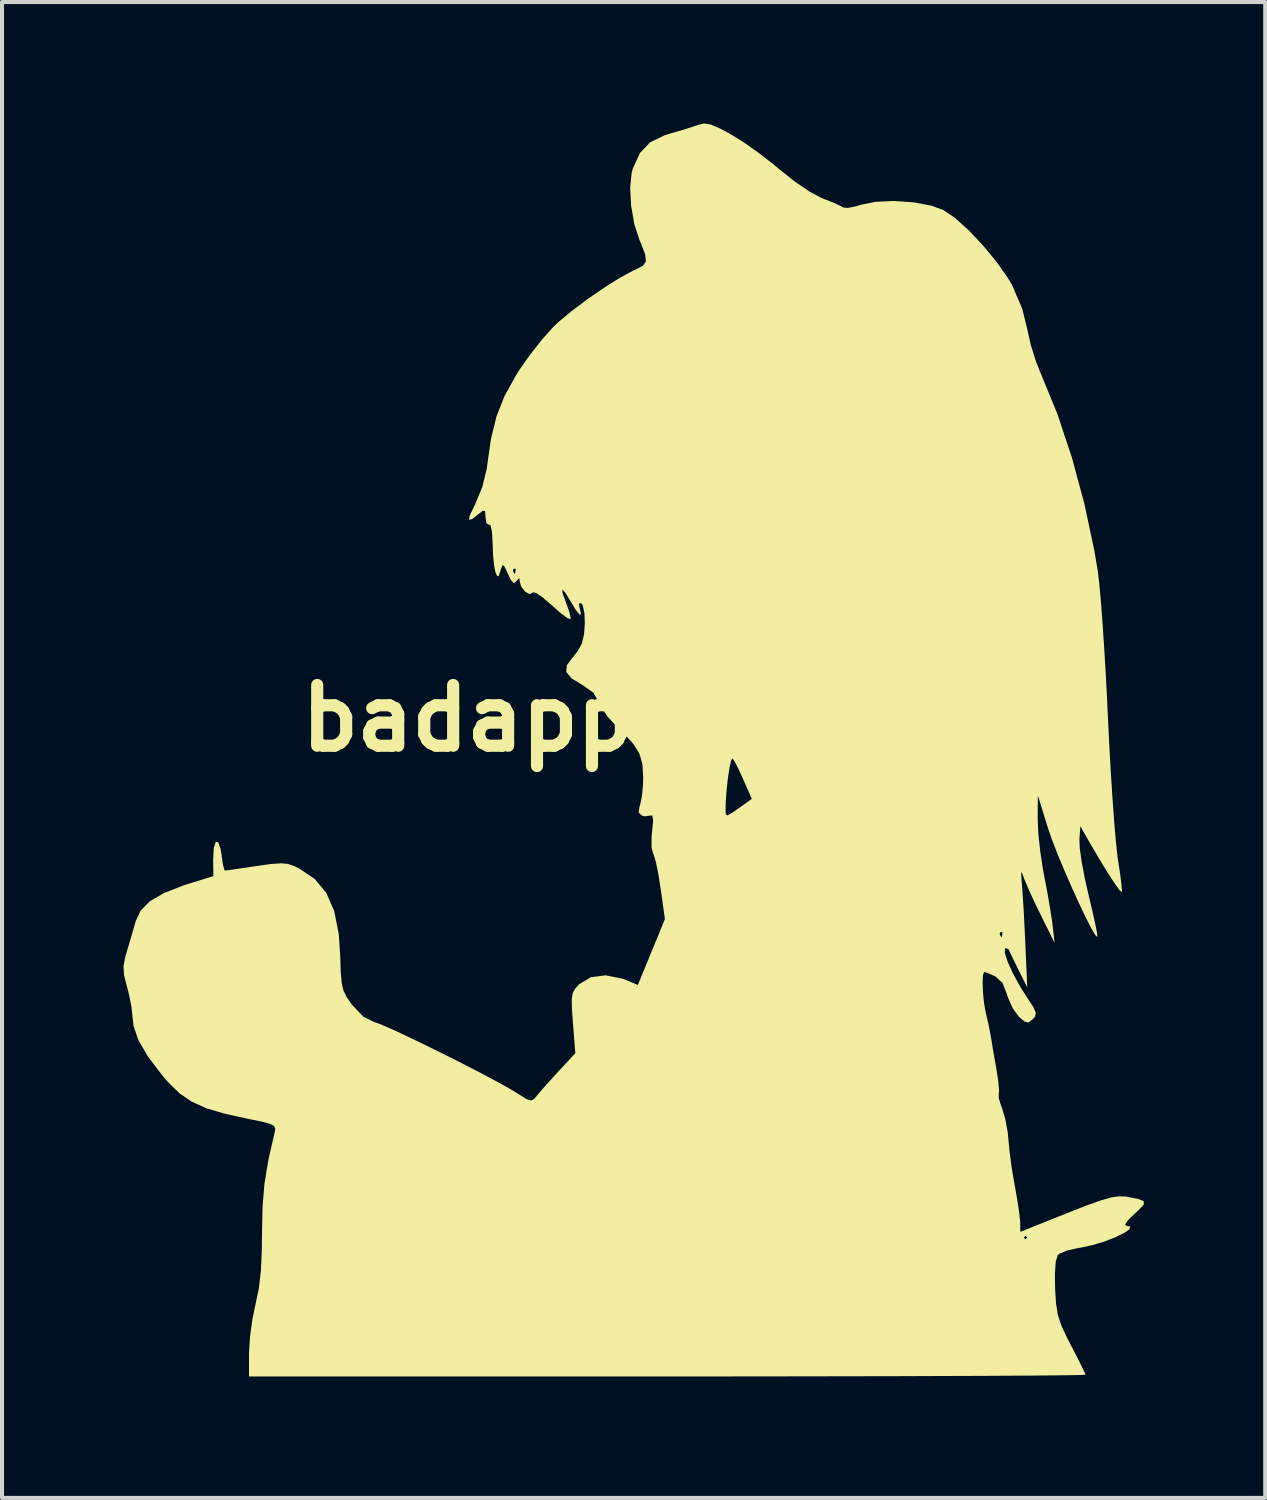
<source format=kicad_pcb>
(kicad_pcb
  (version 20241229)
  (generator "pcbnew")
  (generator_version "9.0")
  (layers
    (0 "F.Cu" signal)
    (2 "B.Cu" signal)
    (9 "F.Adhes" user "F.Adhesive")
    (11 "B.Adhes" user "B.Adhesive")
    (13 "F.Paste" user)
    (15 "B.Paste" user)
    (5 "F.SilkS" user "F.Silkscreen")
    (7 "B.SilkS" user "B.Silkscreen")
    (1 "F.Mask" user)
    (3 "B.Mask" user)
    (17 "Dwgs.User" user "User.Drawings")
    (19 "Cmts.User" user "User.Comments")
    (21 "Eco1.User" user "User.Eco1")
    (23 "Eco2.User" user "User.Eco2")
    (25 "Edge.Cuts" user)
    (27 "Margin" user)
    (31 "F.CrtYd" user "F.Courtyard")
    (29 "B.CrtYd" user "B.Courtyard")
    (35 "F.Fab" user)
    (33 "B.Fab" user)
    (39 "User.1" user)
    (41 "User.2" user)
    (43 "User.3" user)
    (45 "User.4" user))
  (footprint "badapple"
    (layer "F.Cu")
    (at 9.535 14.69)
    (property "Reference" "badapple" (at 0 0 0) (layer "F.SilkS") (effects (font (size 1.5 1.5) (thickness 0.3))))
    (attr board_only exclude_from_pos_files exclude_from_bom)
    (fp_poly (pts (xy 4.965 -14.665) (xy 5.187 -14.572) (xy 5.445 -14.435) (xy 5.767 -14.236) (xy 6.148 -13.968) (xy 6.524 -13.677) (xy 6.664 -13.559) (xy 7.042 -13.258) (xy 7.405 -13.011) (xy 7.707 -12.85) (xy 7.747 -12.834) (xy 7.999 -12.735) (xy 8.183 -12.65) (xy 8.239 -12.616) (xy 8.354 -12.604) (xy 8.563 -12.646) (xy 8.662 -12.678) (xy 9.041 -12.756) (xy 9.507 -12.776) (xy 9.993 -12.741) (xy 10.434 -12.656) (xy 10.72 -12.549) (xy 11.004 -12.356) (xy 11.339 -12.054) (xy 11.69 -11.682) (xy 12.025 -11.277) (xy 12.306 -10.878) (xy 12.406 -10.712) (xy 12.663 -10.114) (xy 12.783 -9.622) (xy 12.872 -9.226) (xy 13.01 -8.789) (xy 13.135 -8.479) (xy 13.529 -7.52) (xy 13.888 -6.442) (xy 14.198 -5.296) (xy 14.445 -4.132) (xy 14.528 -3.641) (xy 14.562 -3.355) (xy 14.602 -2.928) (xy 14.643 -2.388) (xy 14.685 -1.763) (xy 14.726 -1.082) (xy 14.763 -0.372) (xy 14.777 -0.057) (xy 14.812 0.655) (xy 14.851 1.348) (xy 14.893 1.996) (xy 14.935 2.57) (xy 14.976 3.044) (xy 15.012 3.388) (xy 15.027 3.494) (xy 15.079 3.834) (xy 15.113 4.104) (xy 15.126 4.266) (xy 15.122 4.295) (xy 15.064 4.244) (xy 14.937 4.067) (xy 14.756 3.787) (xy 14.535 3.423) (xy 14.34 3.09) (xy 14.097 2.667) (xy 14.074 3.006) (xy 14.085 3.221) (xy 14.132 3.554) (xy 14.209 3.957) (xy 14.3 4.36) (xy 14.393 4.75) (xy 14.465 5.075) (xy 14.51 5.304) (xy 14.521 5.403) (xy 14.52 5.405) (xy 14.467 5.355) (xy 14.362 5.176) (xy 14.22 4.898) (xy 14.054 4.547) (xy 13.875 4.153) (xy 13.697 3.744) (xy 13.532 3.348) (xy 13.395 2.993) (xy 13.297 2.709) (xy 13.048 1.905) (xy 13.044 2.484) (xy 13.059 2.838) (xy 13.106 3.28) (xy 13.174 3.731) (xy 13.202 3.881) (xy 13.281 4.291) (xy 13.35 4.692) (xy 13.401 5.019) (xy 13.414 5.122) (xy 13.461 5.546) (xy 13.124 4.868) (xy 12.96 4.53) (xy 12.817 4.218) (xy 12.72 3.987) (xy 12.702 3.937) (xy 12.654 3.81) (xy 12.636 3.816) (xy 12.643 3.968) (xy 12.655 4.106) (xy 12.674 4.36) (xy 12.697 4.732) (xy 12.72 5.17) (xy 12.74 5.588) (xy 12.786 6.646) (xy 12.575 6.223) (xy 12.452 5.974) (xy 12.362 5.784) (xy 12.332 5.715) (xy 12.26 5.673) (xy 12.239 5.687) (xy 12.233 5.797) (xy 12.302 6.013) (xy 12.431 6.296) (xy 12.601 6.61) (xy 12.788 6.906) (xy 12.938 7.134) (xy 12.998 7.273) (xy 12.98 7.367) (xy 12.923 7.433) (xy 12.818 7.514) (xy 12.718 7.49) (xy 12.583 7.375) (xy 12.43 7.168) (xy 12.308 6.893) (xy 12.287 6.823) (xy 12.174 6.535) (xy 12 6.375) (xy 11.979 6.365) (xy 11.808 6.292) (xy 11.722 6.265) (xy 11.693 6.34) (xy 11.684 6.531) (xy 11.694 6.785) (xy 11.721 7.05) (xy 11.762 7.273) (xy 11.764 7.281) (xy 11.831 7.566) (xy 11.882 7.832) (xy 11.917 8.048) (xy 11.97 8.359) (xy 12.024 8.662) (xy 12.069 8.955) (xy 12.09 9.177) (xy 12.083 9.282) (xy 12.082 9.283) (xy 12.083 9.381) (xy 12.14 9.571) (xy 12.165 9.633) (xy 12.245 9.9) (xy 12.305 10.236) (xy 12.321 10.409) (xy 12.353 10.732) (xy 12.408 11.136) (xy 12.476 11.536) (xy 12.48 11.557) (xy 12.542 11.907) (xy 12.589 12.219) (xy 12.611 12.434) (xy 12.612 12.46) (xy 12.615 12.685) (xy 13.764 12.224) (xy 14.245 12.036) (xy 14.6 11.909) (xy 14.861 11.835) (xy 15.055 11.806) (xy 15.214 11.813) (xy 15.225 11.815) (xy 15.521 11.87) (xy 15.663 11.927) (xy 15.664 12.012) (xy 15.536 12.149) (xy 15.442 12.233) (xy 15.278 12.394) (xy 15.204 12.501) (xy 15.219 12.527) (xy 15.331 12.556) (xy 15.308 12.623) (xy 15.177 12.714) (xy 14.963 12.818) (xy 14.694 12.922) (xy 14.397 13.012) (xy 14.098 13.077) (xy 14.036 13.086) (xy 13.778 13.143) (xy 13.587 13.221) (xy 13.541 13.258) (xy 13.491 13.414) (xy 13.469 13.716) (xy 13.474 14.085) (xy 13.497 14.45) (xy 13.541 14.73) (xy 13.626 14.991) (xy 13.769 15.299) (xy 13.864 15.483) (xy 14.022 15.789) (xy 14.145 16.035) (xy 14.215 16.185) (xy 14.224 16.213) (xy 14.141 16.219) (xy 13.899 16.224) (xy 13.508 16.229) (xy 12.979 16.234) (xy 12.321 16.238) (xy 11.545 16.242) (xy 10.662 16.245) (xy 9.681 16.249) (xy 8.613 16.251) (xy 7.468 16.253) (xy 6.256 16.255) (xy 4.988 16.256) (xy 3.895 16.256) (xy -6.435 16.256) (xy -6.435 15.677) (xy -6.411 15.284) (xy -6.35 14.835) (xy -6.273 14.466) (xy -6.19 14.069) (xy -6.14 13.628) (xy -6.117 13.096) (xy -6.115 12.827) (xy 12.7 12.827) (xy 12.742 12.869) (xy 12.785 12.827) (xy 12.742 12.785) (xy 12.7 12.827) (xy -6.115 12.827) (xy -6.114 12.738) (xy -6.101 12.07) (xy -6.052 11.485) (xy -5.956 10.904) (xy -5.805 10.246) (xy -5.804 10.245) (xy -5.786 10.14) (xy -5.816 10.069) (xy -5.924 10.013) (xy -6.141 9.958) (xy -6.452 9.895) (xy -7.038 9.766) (xy -7.492 9.631) (xy -7.849 9.47) (xy -8.147 9.266) (xy -8.422 9) (xy -8.557 8.845) (xy -8.925 8.364) (xy -9.165 7.956) (xy -9.288 7.596) (xy -9.311 7.379) (xy -9.337 7.133) (xy -9.4 6.817) (xy -9.447 6.637) (xy -9.521 6.346) (xy -9.535 6.128) (xy -9.493 5.899) (xy -9.457 5.777) (xy -9.358 5.446) (xy -9.26 5.107) (xy -9.236 5.018) (xy -9.111 4.749) (xy -8.885 4.52) (xy -8.535 4.317) (xy -8.043 4.125) (xy -7.868 4.069) (xy -7.316 3.899) (xy -7.32 3.475) (xy -7.303 3.193) (xy -7.255 3.053) (xy -7.194 3.061) (xy -7.137 3.226) (xy -7.112 3.387) (xy -7.078 3.613) (xy -7.042 3.747) (xy -7.027 3.763) (xy -6.93 3.75) (xy -6.706 3.717) (xy -6.397 3.671) (xy -6.255 3.65) (xy -5.894 3.6) (xy -5.651 3.582) (xy -5.476 3.597) (xy -5.319 3.65) (xy -5.197 3.709) (xy -4.811 3.969) (xy -4.526 4.313) (xy -4.331 4.761) (xy -4.218 5.331) (xy -4.182 5.876) (xy -4.169 6.267) (xy -4.146 6.534) (xy -4.102 6.724) (xy -4.025 6.883) (xy -3.905 7.056) (xy -3.888 7.079) (xy -3.609 7.372) (xy -3.353 7.499) (xy -3.19 7.556) (xy -2.907 7.679) (xy -2.533 7.853) (xy -2.096 8.063) (xy -1.626 8.295) (xy -1.151 8.534) (xy -0.7 8.767) (xy -0.303 8.978) (xy 0.013 9.154) (xy 0.209 9.274) (xy 0.417 9.405) (xy 0.537 9.442) (xy 0.616 9.394) (xy 0.634 9.371) (xy 0.735 9.249) (xy 0.915 9.044) (xy 1.139 8.797) (xy 1.176 8.757) (xy 1.625 8.271) (xy 1.566 7.527) (xy 1.54 7.168) (xy 1.536 6.935) (xy 1.561 6.785) (xy 1.623 6.675) (xy 1.723 6.566) (xy 2.009 6.395) (xy 2.375 6.349) (xy 2.786 6.43) (xy 2.887 6.469) (xy 3.169 6.587) (xy 3.503 5.774) (xy 3.684 5.334) (xy 12.107 5.334) (xy 12.138 5.404) (xy 12.164 5.39) (xy 12.174 5.29) (xy 12.164 5.278) (xy 12.113 5.289) (xy 12.107 5.334) (xy 3.684 5.334) (xy 3.837 4.96) (xy 3.73 4.195) (xy 3.674 3.845) (xy 3.615 3.555) (xy 3.562 3.369) (xy 3.543 3.331) (xy 3.507 3.194) (xy 3.507 2.951) (xy 3.522 2.789) (xy 3.547 2.516) (xy 3.525 2.4) (xy 3.492 2.4) (xy 3.341 2.423) (xy 3.272 2.406) (xy 3.188 2.329) (xy 3.198 2.264) (xy 5.335 2.264) (xy 5.341 2.374) (xy 5.384 2.399) (xy 5.501 2.334) (xy 5.659 2.222) (xy 5.984 1.991) (xy 5.779 1.525) (xy 5.659 1.264) (xy 5.558 1.067) (xy 5.509 0.991) (xy 5.474 1.036) (xy 5.434 1.209) (xy 5.394 1.469) (xy 5.361 1.773) (xy 5.339 2.082) (xy 5.335 2.264) (xy 3.198 2.264) (xy 3.212 2.173) (xy 3.222 2.146) (xy 3.267 1.943) (xy 3.296 1.651) (xy 3.301 1.455) (xy 3.282 1.136) (xy 3.209 0.877) (xy 3.057 0.632) (xy 2.804 0.355) (xy 2.643 0.202) (xy 2.43 -0.029) (xy 2.269 -0.261) (xy 2.214 -0.385) (xy 2.069 -0.632) (xy 1.824 -0.806) (xy 1.535 -0.983) (xy 1.401 -1.143) (xy 1.412 -1.305) (xy 1.518 -1.449) (xy 1.681 -1.656) (xy 1.786 -1.847) (xy 1.839 -2.071) (xy 1.86 -2.343) (xy 1.849 -2.602) (xy 1.807 -2.79) (xy 1.769 -2.842) (xy 1.711 -2.835) (xy 1.732 -2.72) (xy 1.765 -2.569) (xy 1.728 -2.56) (xy 1.629 -2.687) (xy 1.514 -2.878) (xy 1.376 -3.103) (xy 1.305 -3.176) (xy 1.306 -3.099) (xy 1.387 -2.874) (xy 1.4 -2.841) (xy 1.478 -2.624) (xy 1.51 -2.474) (xy 1.507 -2.451) (xy 1.439 -2.469) (xy 1.282 -2.581) (xy 1.07 -2.766) (xy 1.042 -2.792) (xy 0.819 -2.985) (xy 0.652 -3.098) (xy 0.571 -3.11) (xy 0.569 -3.106) (xy 0.498 -3.063) (xy 0.388 -3.125) (xy 0.29 -3.247) (xy 0.253 -3.376) (xy 0.239 -3.467) (xy 0.181 -3.402) (xy 0.172 -3.388) (xy 0.107 -3.336) (xy 0.034 -3.413) (xy -0.036 -3.558) (xy -0.074 -3.641) (xy 0.085 -3.641) (xy 0.116 -3.571) (xy 0.141 -3.584) (xy 0.151 -3.685) (xy 0.141 -3.697) (xy 0.091 -3.685) (xy 0.085 -3.641) (xy -0.074 -3.641) (xy -0.122 -3.743) (xy -0.169 -3.785) (xy -0.208 -3.699) (xy -0.224 -3.645) (xy -0.271 -3.506) (xy -0.312 -3.521) (xy -0.347 -3.603) (xy -0.382 -3.773) (xy -0.408 -4.047) (xy -0.417 -4.302) (xy -0.433 -4.601) (xy -0.469 -4.763) (xy -0.508 -4.784) (xy -0.57 -4.815) (xy -0.593 -4.961) (xy -0.604 -5.117) (xy -0.659 -5.127) (xy -0.741 -5.064) (xy -0.923 -4.921) (xy -1.002 -4.901) (xy -0.983 -5.009) (xy -0.867 -5.252) (xy -0.85 -5.284) (xy -0.674 -5.711) (xy -0.563 -6.16) (xy -0.553 -6.24) (xy -0.458 -6.904) (xy -0.322 -7.456) (xy -0.126 -7.955) (xy 0.151 -8.458) (xy 0.245 -8.607) (xy 0.507 -8.98) (xy 0.8 -9.351) (xy 1.077 -9.661) (xy 1.19 -9.771) (xy 1.527 -10.052) (xy 1.926 -10.352) (xy 2.345 -10.64) (xy 2.736 -10.886) (xy 3.057 -11.058) (xy 3.119 -11.086) (xy 3.292 -11.174) (xy 3.367 -11.281) (xy 3.352 -11.447) (xy 3.252 -11.713) (xy 3.214 -11.798) (xy 3.083 -12.197) (xy 3.003 -12.654) (xy 2.979 -13.105) (xy 3.018 -13.485) (xy 3.042 -13.57) (xy 3.22 -13.96) (xy 3.472 -14.225) (xy 3.838 -14.402) (xy 3.964 -14.441) (xy 4.27 -14.529) (xy 4.541 -14.615) (xy 4.666 -14.658) (xy 4.806 -14.69)) (stroke (width 0) (type solid)) (fill yes) (layer "F.SilkS")))
  (gr_rect
    (start -3 -3)
    (end 28.199 33.946)
    (stroke (width 0.1) (type default))
    (fill no)
    (layer "Edge.Cuts")))
</source>
